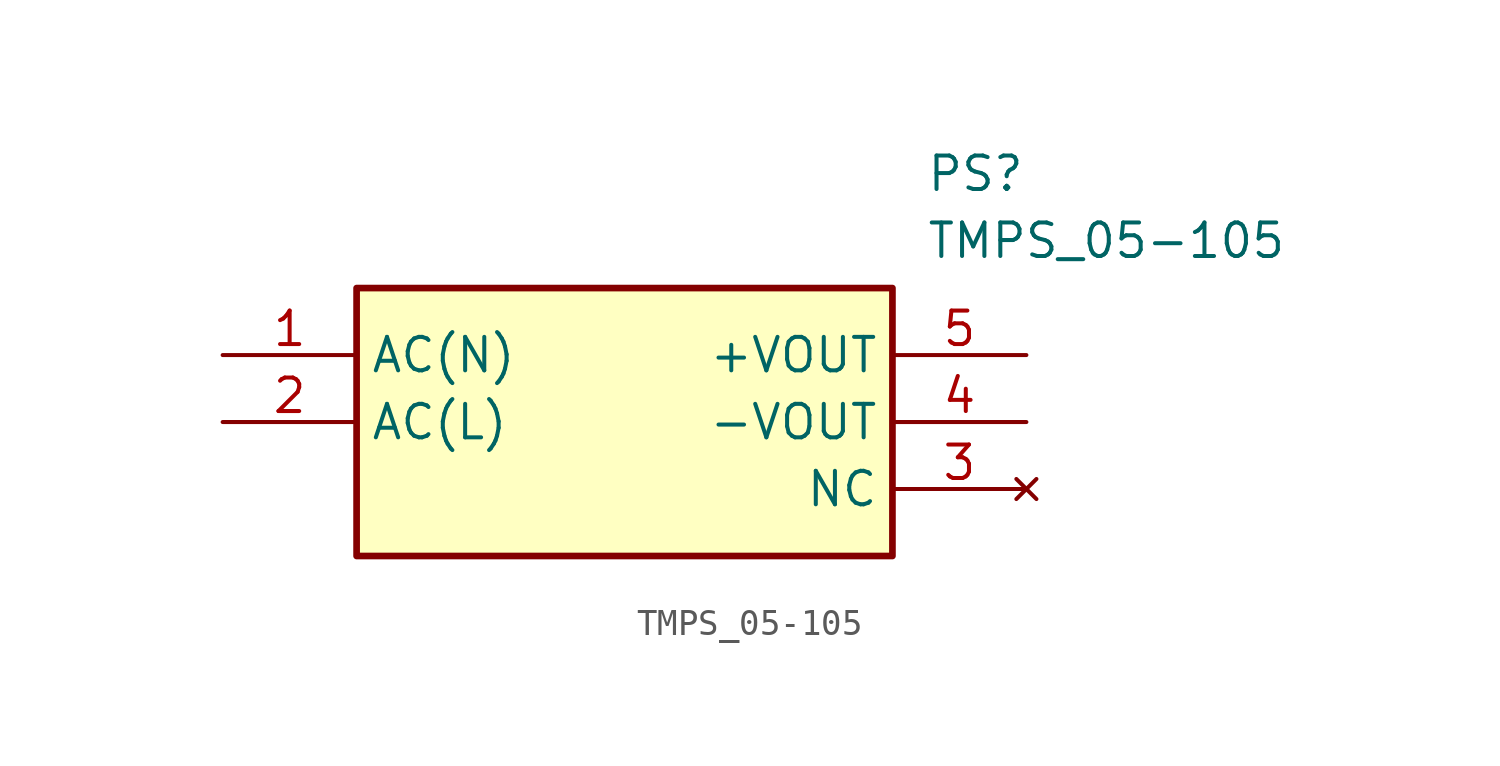
<source format=kicad_sym>
(kicad_symbol_lib
  (version 20211014)
  (generator SamacSys_ECAD_Model)
  (symbol "TMPS_05-105"
    (property "Reference" "PS"
      (at 26.67 7.62 0)
      (effects (font (size 1.27 1.27)) (justify left top)))
    (property "Value" "TMPS_05-105"
      (at 26.67 5.08 0)
      (effects (font (size 1.27 1.27)) (justify left top)))
    (rectangle
      (start 5.08 2.54)
      (end 25.4 -7.62)
      (stroke (width 0.254) (type default))
      (fill (type background)))
    (pin passive line
      (at 0 0 0)
      (length 5.08)
      (name "AC(N)" (effects (font (size 1.27 1.27))))
      (number "1" (effects (font (size 1.27 1.27)))))
    (pin passive line
      (at 0 -2.54 0)
      (length 5.08)
      (name "AC(L)" (effects (font (size 1.27 1.27))))
      (number "2" (effects (font (size 1.27 1.27)))))
    (pin no_connect line
      (at 30.48 -5.08 180)
      (length 5.08)
      (name "NC" (effects (font (size 1.27 1.27))))
      (number "3" (effects (font (size 1.27 1.27)))))
    (pin passive line
      (at 30.48 -2.54 180)
      (length 5.08)
      (name "-VOUT" (effects (font (size 1.27 1.27))))
      (number "4" (effects (font (size 1.27 1.27)))))
    (pin passive line
      (at 30.48 0 180)
      (length 5.08)
      (name "+VOUT" (effects (font (size 1.27 1.27))))
      (number "5" (effects (font (size 1.27 1.27)))))))
</source>
